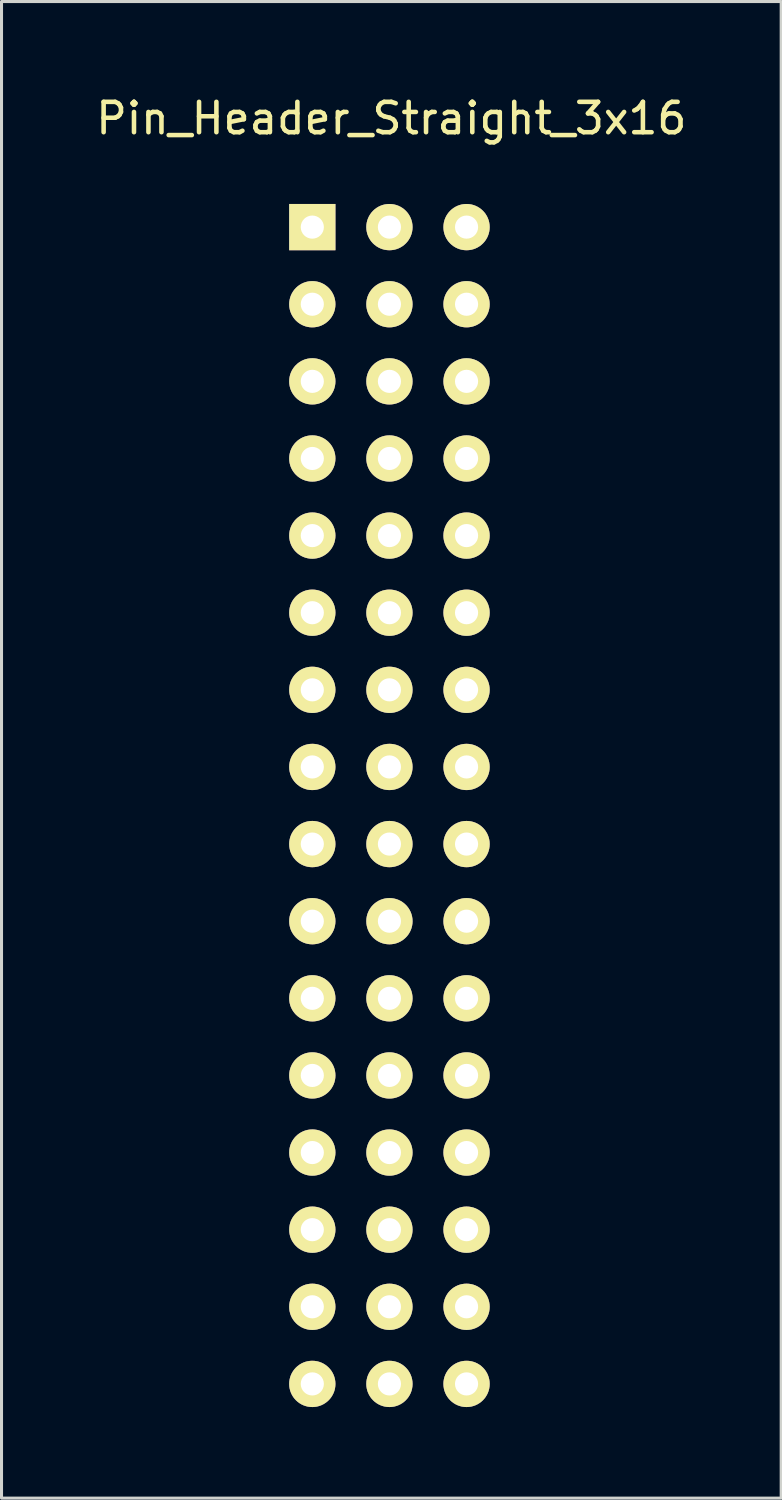
<source format=kicad_pcb>
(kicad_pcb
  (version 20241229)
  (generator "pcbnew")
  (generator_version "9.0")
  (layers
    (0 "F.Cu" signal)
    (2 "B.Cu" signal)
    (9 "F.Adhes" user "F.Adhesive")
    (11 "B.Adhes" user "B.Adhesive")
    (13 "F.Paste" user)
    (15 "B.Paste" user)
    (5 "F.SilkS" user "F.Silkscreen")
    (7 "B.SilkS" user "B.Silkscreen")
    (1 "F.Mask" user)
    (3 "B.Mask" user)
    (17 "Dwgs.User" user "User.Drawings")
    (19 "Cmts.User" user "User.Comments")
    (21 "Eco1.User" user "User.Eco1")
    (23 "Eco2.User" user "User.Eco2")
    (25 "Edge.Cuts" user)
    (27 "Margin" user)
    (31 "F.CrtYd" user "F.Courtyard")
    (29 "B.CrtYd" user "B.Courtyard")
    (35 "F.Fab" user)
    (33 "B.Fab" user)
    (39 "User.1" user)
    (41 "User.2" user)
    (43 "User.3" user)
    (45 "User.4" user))
  (footprint "Pin_Header_Straight_3x16"
    (layer "F.Cu")
    (at 7.236 4.43)
    (property "Reference" "Pin_Header_Straight_3x16" (at 2.603 -3.581 0) (layer "F.SilkS") (effects (font (size 1 1) (thickness 0.15))))
    (attr through_hole)
    (pad "1" thru_hole rect (at 0 0) (size 1.524 1.524) (drill 0.762) (layers "*.Cu" "*.Mask" "F.SilkS"))
    (pad "2" thru_hole circle (at 0 2.54) (size 1.524 1.524) (drill 0.762) (layers "*.Cu" "*.Mask" "F.SilkS"))
    (pad "3" thru_hole circle (at 0 5.08) (size 1.524 1.524) (drill 0.762) (layers "*.Cu" "*.Mask" "F.SilkS"))
    (pad "4" thru_hole circle (at 0 7.62) (size 1.524 1.524) (drill 0.762) (layers "*.Cu" "*.Mask" "F.SilkS"))
    (pad "5" thru_hole circle (at 0 10.16) (size 1.524 1.524) (drill 0.762) (layers "*.Cu" "*.Mask" "F.SilkS"))
    (pad "6" thru_hole circle (at 0 12.7) (size 1.524 1.524) (drill 0.762) (layers "*.Cu" "*.Mask" "F.SilkS"))
    (pad "7" thru_hole circle (at 0 15.24) (size 1.524 1.524) (drill 0.762) (layers "*.Cu" "*.Mask" "F.SilkS"))
    (pad "8" thru_hole circle (at 0 17.78) (size 1.524 1.524) (drill 0.762) (layers "*.Cu" "*.Mask" "F.SilkS"))
    (pad "9" thru_hole circle (at 0 20.32) (size 1.524 1.524) (drill 0.762) (layers "*.Cu" "*.Mask" "F.SilkS"))
    (pad "10" thru_hole circle (at 0 22.86) (size 1.524 1.524) (drill 0.762) (layers "*.Cu" "*.Mask" "F.SilkS"))
    (pad "11" thru_hole circle (at 0 25.4) (size 1.524 1.524) (drill 0.762) (layers "*.Cu" "*.Mask" "F.SilkS"))
    (pad "12" thru_hole circle (at 0 27.94) (size 1.524 1.524) (drill 0.762) (layers "*.Cu" "*.Mask" "F.SilkS"))
    (pad "13" thru_hole circle (at 0 30.48) (size 1.524 1.524) (drill 0.762) (layers "*.Cu" "*.Mask" "F.SilkS"))
    (pad "14" thru_hole circle (at 0 33.02) (size 1.524 1.524) (drill 0.762) (layers "*.Cu" "*.Mask" "F.SilkS"))
    (pad "15" thru_hole circle (at 0 35.56) (size 1.524 1.524) (drill 0.762) (layers "*.Cu" "*.Mask" "F.SilkS"))
    (pad "16" thru_hole circle (at 0 38.1) (size 1.524 1.524) (drill 0.762) (layers "*.Cu" "*.Mask" "F.SilkS"))
    (pad "17" thru_hole circle (at 2.54 0) (size 1.524 1.524) (drill 0.762) (layers "*.Cu" "*.Mask" "F.SilkS"))
    (pad "18" thru_hole circle (at 2.54 2.54) (size 1.524 1.524) (drill 0.762) (layers "*.Cu" "*.Mask" "F.SilkS"))
    (pad "19" thru_hole circle (at 2.54 5.08) (size 1.524 1.524) (drill 0.762) (layers "*.Cu" "*.Mask" "F.SilkS"))
    (pad "20" thru_hole circle (at 2.54 7.62) (size 1.524 1.524) (drill 0.762) (layers "*.Cu" "*.Mask" "F.SilkS"))
    (pad "21" thru_hole circle (at 2.54 10.16) (size 1.524 1.524) (drill 0.762) (layers "*.Cu" "*.Mask" "F.SilkS"))
    (pad "22" thru_hole circle (at 2.54 12.7) (size 1.524 1.524) (drill 0.762) (layers "*.Cu" "*.Mask" "F.SilkS"))
    (pad "23" thru_hole circle (at 2.54 15.24) (size 1.524 1.524) (drill 0.762) (layers "*.Cu" "*.Mask" "F.SilkS"))
    (pad "24" thru_hole circle (at 2.54 17.78) (size 1.524 1.524) (drill 0.762) (layers "*.Cu" "*.Mask" "F.SilkS"))
    (pad "25" thru_hole circle (at 2.54 20.32) (size 1.524 1.524) (drill 0.762) (layers "*.Cu" "*.Mask" "F.SilkS"))
    (pad "26" thru_hole circle (at 2.54 22.86) (size 1.524 1.524) (drill 0.762) (layers "*.Cu" "*.Mask" "F.SilkS"))
    (pad "27" thru_hole circle (at 2.54 25.4) (size 1.524 1.524) (drill 0.762) (layers "*.Cu" "*.Mask" "F.SilkS"))
    (pad "28" thru_hole circle (at 2.54 27.94) (size 1.524 1.524) (drill 0.762) (layers "*.Cu" "*.Mask" "F.SilkS"))
    (pad "29" thru_hole circle (at 2.54 30.48) (size 1.524 1.524) (drill 0.762) (layers "*.Cu" "*.Mask" "F.SilkS"))
    (pad "30" thru_hole circle (at 2.54 33.02) (size 1.524 1.524) (drill 0.762) (layers "*.Cu" "*.Mask" "F.SilkS"))
    (pad "31" thru_hole circle (at 2.54 35.56) (size 1.524 1.524) (drill 0.762) (layers "*.Cu" "*.Mask" "F.SilkS"))
    (pad "32" thru_hole circle (at 2.54 38.1) (size 1.524 1.524) (drill 0.762) (layers "*.Cu" "*.Mask" "F.SilkS"))
    (pad "33" thru_hole circle (at 5.08 0) (size 1.524 1.524) (drill 0.762) (layers "*.Cu" "*.Mask" "F.SilkS"))
    (pad "34" thru_hole circle (at 5.08 2.54) (size 1.524 1.524) (drill 0.762) (layers "*.Cu" "*.Mask" "F.SilkS"))
    (pad "35" thru_hole circle (at 5.08 5.08) (size 1.524 1.524) (drill 0.762) (layers "*.Cu" "*.Mask" "F.SilkS"))
    (pad "36" thru_hole circle (at 5.08 7.62) (size 1.524 1.524) (drill 0.762) (layers "*.Cu" "*.Mask" "F.SilkS"))
    (pad "37" thru_hole circle (at 5.08 10.16) (size 1.524 1.524) (drill 0.762) (layers "*.Cu" "*.Mask" "F.SilkS"))
    (pad "38" thru_hole circle (at 5.08 12.7) (size 1.524 1.524) (drill 0.762) (layers "*.Cu" "*.Mask" "F.SilkS"))
    (pad "39" thru_hole circle (at 5.08 15.24) (size 1.524 1.524) (drill 0.762) (layers "*.Cu" "*.Mask" "F.SilkS"))
    (pad "40" thru_hole circle (at 5.08 17.78) (size 1.524 1.524) (drill 0.762) (layers "*.Cu" "*.Mask" "F.SilkS"))
    (pad "41" thru_hole circle (at 5.08 20.32) (size 1.524 1.524) (drill 0.762) (layers "*.Cu" "*.Mask" "F.SilkS"))
    (pad "42" thru_hole circle (at 5.08 22.86) (size 1.524 1.524) (drill 0.762) (layers "*.Cu" "*.Mask" "F.SilkS"))
    (pad "43" thru_hole circle (at 5.08 25.4) (size 1.524 1.524) (drill 0.762) (layers "*.Cu" "*.Mask" "F.SilkS"))
    (pad "44" thru_hole circle (at 5.08 27.94) (size 1.524 1.524) (drill 0.762) (layers "*.Cu" "*.Mask" "F.SilkS"))
    (pad "45" thru_hole circle (at 5.08 30.48) (size 1.524 1.524) (drill 0.762) (layers "*.Cu" "*.Mask" "F.SilkS"))
    (pad "46" thru_hole circle (at 5.08 33.02) (size 1.524 1.524) (drill 0.762) (layers "*.Cu" "*.Mask" "F.SilkS"))
    (pad "47" thru_hole circle (at 5.08 35.56) (size 1.524 1.524) (drill 0.762) (layers "*.Cu" "*.Mask" "F.SilkS"))
    (pad "48" thru_hole circle (at 5.08 38.1) (size 1.524 1.524) (drill 0.762) (layers "*.Cu" "*.Mask" "F.SilkS")))
  (gr_rect
    (start -3 -3)
    (end 22.679 46.292)
    (stroke (width 0.1) (type default))
    (fill no)
    (layer "Edge.Cuts")))
</source>
